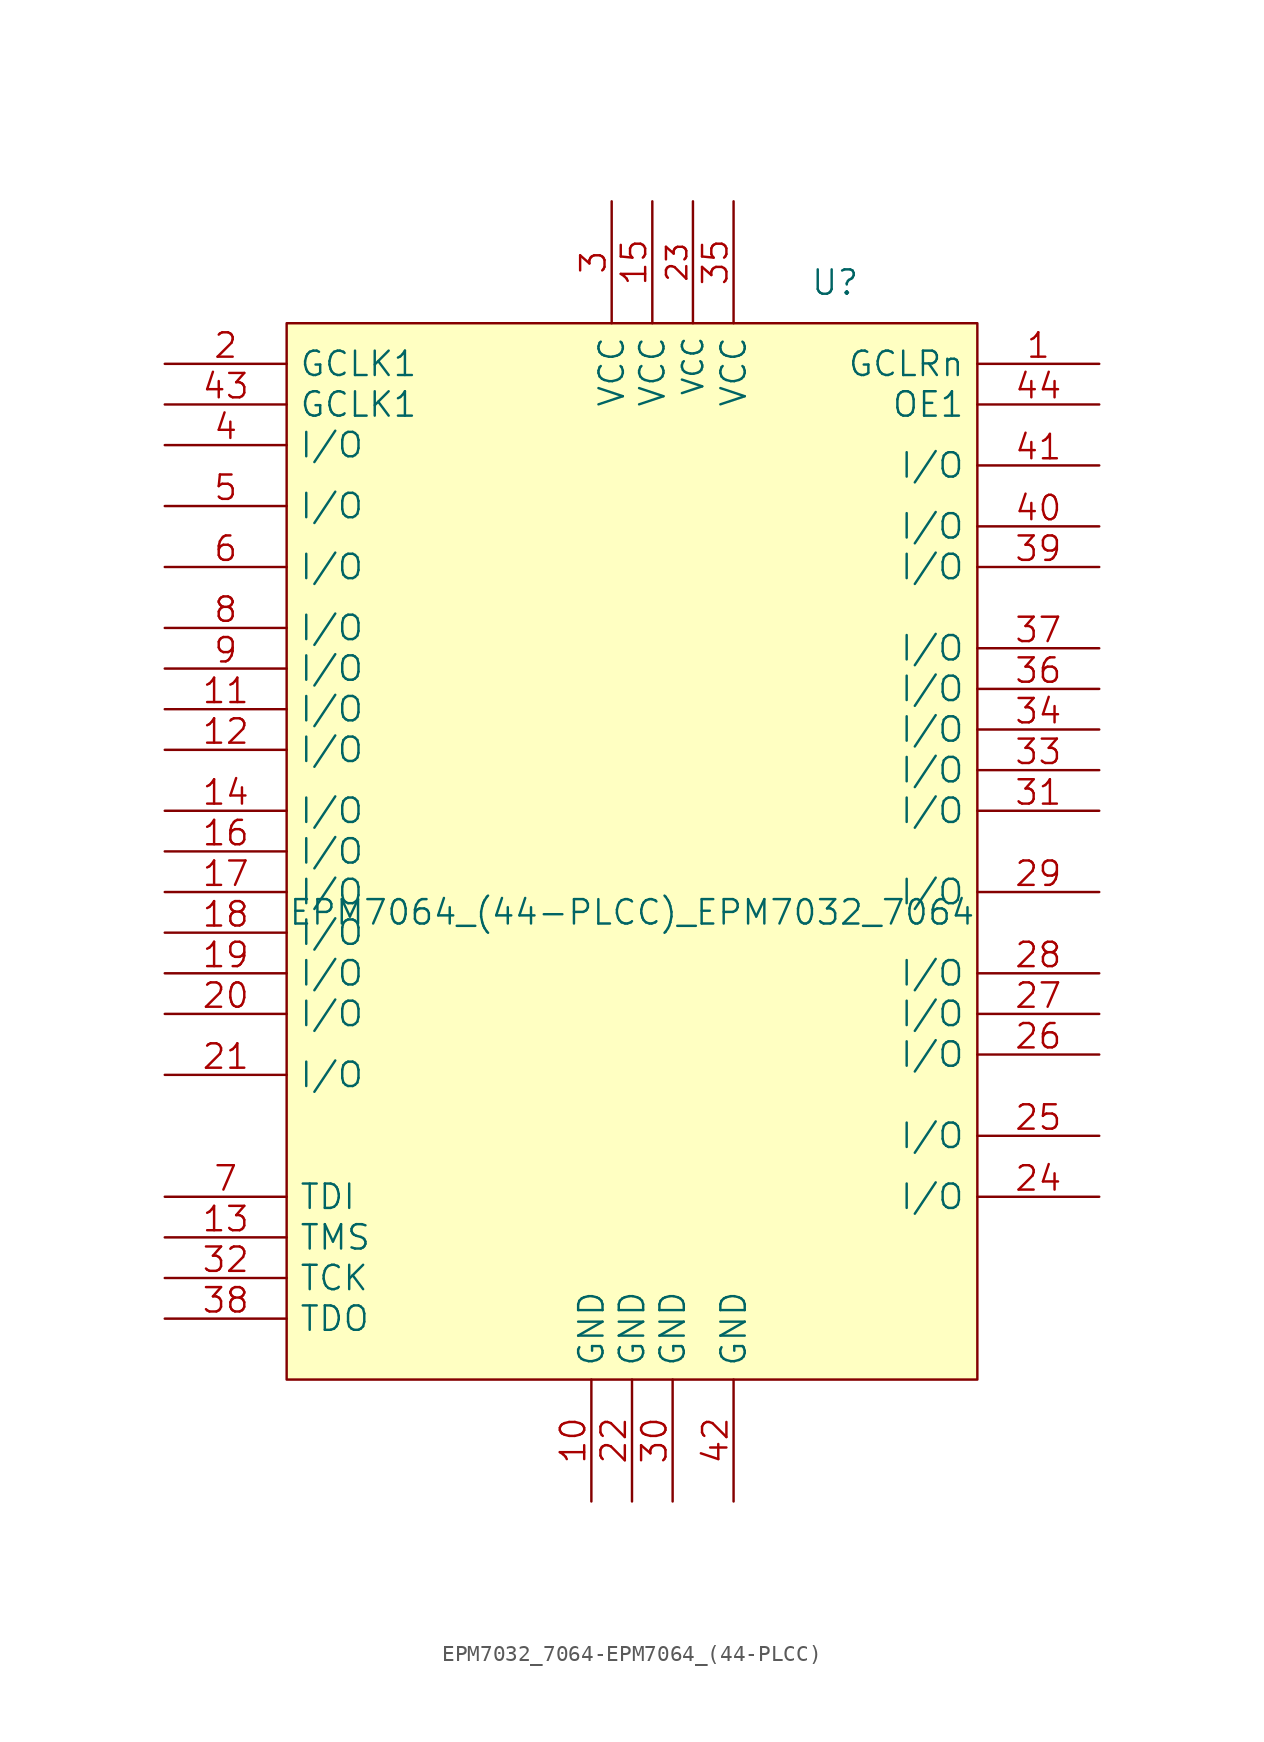
<source format=kicad_sym>
(kicad_symbol_lib
  (version 20231120)
  (generator "kicad_symbol_editor")
  (generator_version "8.0")
  (symbol "EPM7032_7064-EPM7064_(44-PLCC)"
    (pin_names
      (offset 0.762))
    (property "Reference" "U"
      (at 12.7 35.56 0)
      (effects (font (size 1.524 1.524))))
    (property "Value" "EPM7064_(44-PLCC)_EPM7032_7064"
      (at 0 -3.81 0)
      (effects (font (size 1.524 1.524))))
    (property "Footprint" ""
      (at 0 0 0)
      (effects (font (size 1.524 1.524))))
    (property "Datasheet" ""
      (at 0 0 0)
      (effects (font (size 1.524 1.524))))
    (symbol "EPM7032_7064-EPM7064_(44-PLCC)_0_1"
      (rectangle (start -21.59 33.02) (end 21.59 -33.02) (stroke (width 0) (type solid)) (fill (type background))))
    (symbol "EPM7032_7064-EPM7064_(44-PLCC)_1_1"
      (pin bidirectional line (at 29.21 30.48 180) (length 7.62) (name "GCLRn" (effects (font (size 1.524 1.524)))) (number "1" (effects (font (size 1.524 1.524)))))
      (pin power_in line (at -2.54 -40.64 90) (length 7.62) (name "GND" (effects (font (size 1.524 1.524)))) (number "10" (effects (font (size 1.524 1.524)))))
      (pin bidirectional line (at -29.21 8.89 0) (length 7.62) (name "I/O" (effects (font (size 1.524 1.524)))) (number "11" (effects (font (size 1.524 1.524)))))
      (pin bidirectional line (at -29.21 6.35 0) (length 7.62) (name "I/O" (effects (font (size 1.524 1.524)))) (number "12" (effects (font (size 1.524 1.524)))))
      (pin input line (at -29.21 -24.13 0) (length 7.62) (name "TMS" (effects (font (size 1.524 1.524)))) (number "13" (effects (font (size 1.524 1.524)))))
      (pin bidirectional line (at -29.21 2.54 0) (length 7.62) (name "I/O" (effects (font (size 1.524 1.524)))) (number "14" (effects (font (size 1.524 1.524)))))
      (pin power_in line (at 1.27 40.64 270) (length 7.62) (name "VCC" (effects (font (size 1.524 1.524)))) (number "15" (effects (font (size 1.524 1.524)))))
      (pin bidirectional line (at -29.21 0 0) (length 7.62) (name "I/O" (effects (font (size 1.524 1.524)))) (number "16" (effects (font (size 1.524 1.524)))))
      (pin bidirectional line (at -29.21 -2.54 0) (length 7.62) (name "I/O" (effects (font (size 1.524 1.524)))) (number "17" (effects (font (size 1.524 1.524)))))
      (pin bidirectional line (at -29.21 -5.08 0) (length 7.62) (name "I/O" (effects (font (size 1.524 1.524)))) (number "18" (effects (font (size 1.524 1.524)))))
      (pin bidirectional line (at -29.21 -7.62 0) (length 7.62) (name "I/O" (effects (font (size 1.524 1.524)))) (number "19" (effects (font (size 1.524 1.524)))))
      (pin bidirectional line (at -29.21 30.48 0) (length 7.62) (name "GCLK1" (effects (font (size 1.524 1.524)))) (number "2" (effects (font (size 1.524 1.524)))))
      (pin bidirectional line (at -29.21 -10.16 0) (length 7.62) (name "I/O" (effects (font (size 1.524 1.524)))) (number "20" (effects (font (size 1.524 1.524)))))
      (pin bidirectional line (at -29.21 -13.97 0) (length 7.62) (name "I/O" (effects (font (size 1.524 1.524)))) (number "21" (effects (font (size 1.524 1.524)))))
      (pin power_in line (at 0 -40.64 90) (length 7.62) (name "GND" (effects (font (size 1.524 1.524)))) (number "22" (effects (font (size 1.524 1.524)))))
      (pin power_in line (at 3.81 40.64 270) (length 7.62) (name "VCC" (effects (font (size 1.27 1.27)))) (number "23" (effects (font (size 1.27 1.27)))))
      (pin bidirectional line (at 29.21 -21.59 180) (length 7.62) (name "I/O" (effects (font (size 1.524 1.524)))) (number "24" (effects (font (size 1.524 1.524)))))
      (pin bidirectional line (at 29.21 -17.78 180) (length 7.62) (name "I/O" (effects (font (size 1.524 1.524)))) (number "25" (effects (font (size 1.524 1.524)))))
      (pin bidirectional line (at 29.21 -12.7 180) (length 7.62) (name "I/O" (effects (font (size 1.524 1.524)))) (number "26" (effects (font (size 1.524 1.524)))))
      (pin bidirectional line (at 29.21 -10.16 180) (length 7.62) (name "I/O" (effects (font (size 1.524 1.524)))) (number "27" (effects (font (size 1.524 1.524)))))
      (pin bidirectional line (at 29.21 -7.62 180) (length 7.62) (name "I/O" (effects (font (size 1.524 1.524)))) (number "28" (effects (font (size 1.524 1.524)))))
      (pin bidirectional line (at 29.21 -2.54 180) (length 7.62) (name "I/O" (effects (font (size 1.524 1.524)))) (number "29" (effects (font (size 1.524 1.524)))))
      (pin power_in line (at -1.27 40.64 270) (length 7.62) (name "VCC" (effects (font (size 1.524 1.524)))) (number "3" (effects (font (size 1.524 1.524)))))
      (pin power_in line (at 2.54 -40.64 90) (length 7.62) (name "GND" (effects (font (size 1.524 1.524)))) (number "30" (effects (font (size 1.524 1.524)))))
      (pin bidirectional line (at 29.21 2.54 180) (length 7.62) (name "I/O" (effects (font (size 1.524 1.524)))) (number "31" (effects (font (size 1.524 1.524)))))
      (pin input line (at -29.21 -26.67 0) (length 7.62) (name "TCK" (effects (font (size 1.524 1.524)))) (number "32" (effects (font (size 1.524 1.524)))))
      (pin bidirectional line (at 29.21 5.08 180) (length 7.62) (name "I/O" (effects (font (size 1.524 1.524)))) (number "33" (effects (font (size 1.524 1.524)))))
      (pin bidirectional line (at 29.21 7.62 180) (length 7.62) (name "I/O" (effects (font (size 1.524 1.524)))) (number "34" (effects (font (size 1.524 1.524)))))
      (pin power_in line (at 6.35 40.64 270) (length 7.62) (name "VCC" (effects (font (size 1.524 1.524)))) (number "35" (effects (font (size 1.524 1.524)))))
      (pin bidirectional line (at 29.21 10.16 180) (length 7.62) (name "I/O" (effects (font (size 1.524 1.524)))) (number "36" (effects (font (size 1.524 1.524)))))
      (pin bidirectional line (at 29.21 12.7 180) (length 7.62) (name "I/O" (effects (font (size 1.524 1.524)))) (number "37" (effects (font (size 1.524 1.524)))))
      (pin bidirectional line (at -29.21 -29.21 0) (length 7.62) (name "TDO" (effects (font (size 1.524 1.524)))) (number "38" (effects (font (size 1.524 1.524)))))
      (pin bidirectional line (at 29.21 17.78 180) (length 7.62) (name "I/O" (effects (font (size 1.524 1.524)))) (number "39" (effects (font (size 1.524 1.524)))))
      (pin bidirectional line (at -29.21 25.4 0) (length 7.62) (name "I/O" (effects (font (size 1.524 1.524)))) (number "4" (effects (font (size 1.524 1.524)))))
      (pin bidirectional line (at 29.21 20.32 180) (length 7.62) (name "I/O" (effects (font (size 1.524 1.524)))) (number "40" (effects (font (size 1.524 1.524)))))
      (pin bidirectional line (at 29.21 24.13 180) (length 7.62) (name "I/O" (effects (font (size 1.524 1.524)))) (number "41" (effects (font (size 1.524 1.524)))))
      (pin power_in line (at 6.35 -40.64 90) (length 7.62) (name "GND" (effects (font (size 1.524 1.524)))) (number "42" (effects (font (size 1.524 1.524)))))
      (pin bidirectional line (at -29.21 27.94 0) (length 7.62) (name "GCLK1" (effects (font (size 1.524 1.524)))) (number "43" (effects (font (size 1.524 1.524)))))
      (pin bidirectional line (at 29.21 27.94 180) (length 7.62) (name "OE1" (effects (font (size 1.524 1.524)))) (number "44" (effects (font (size 1.524 1.524)))))
      (pin bidirectional line (at -29.21 21.59 0) (length 7.62) (name "I/O" (effects (font (size 1.524 1.524)))) (number "5" (effects (font (size 1.524 1.524)))))
      (pin bidirectional line (at -29.21 17.78 0) (length 7.62) (name "I/O" (effects (font (size 1.524 1.524)))) (number "6" (effects (font (size 1.524 1.524)))))
      (pin input line (at -29.21 -21.59 0) (length 7.62) (name "TDI" (effects (font (size 1.524 1.524)))) (number "7" (effects (font (size 1.524 1.524)))))
      (pin bidirectional line (at -29.21 13.97 0) (length 7.62) (name "I/O" (effects (font (size 1.524 1.524)))) (number "8" (effects (font (size 1.524 1.524)))))
      (pin bidirectional line (at -29.21 11.43 0) (length 7.62) (name "I/O" (effects (font (size 1.524 1.524)))) (number "9" (effects (font (size 1.524 1.524))))))))
</source>
